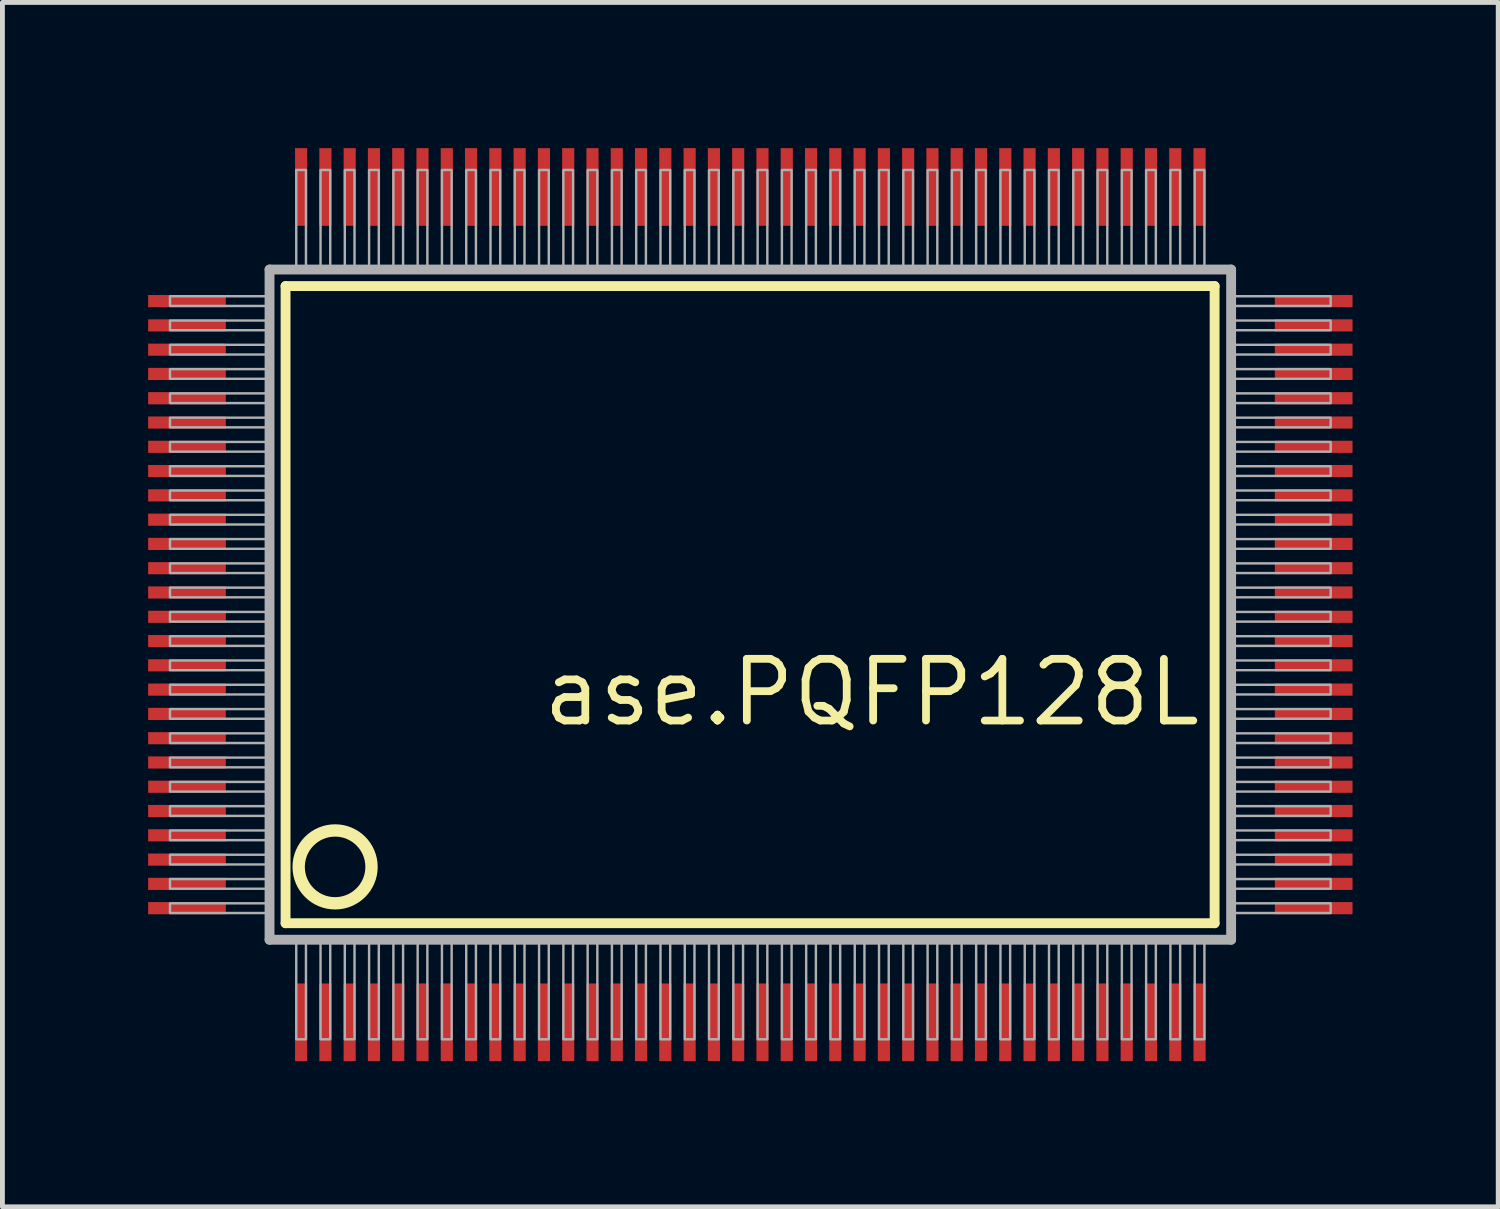
<source format=kicad_pcb>
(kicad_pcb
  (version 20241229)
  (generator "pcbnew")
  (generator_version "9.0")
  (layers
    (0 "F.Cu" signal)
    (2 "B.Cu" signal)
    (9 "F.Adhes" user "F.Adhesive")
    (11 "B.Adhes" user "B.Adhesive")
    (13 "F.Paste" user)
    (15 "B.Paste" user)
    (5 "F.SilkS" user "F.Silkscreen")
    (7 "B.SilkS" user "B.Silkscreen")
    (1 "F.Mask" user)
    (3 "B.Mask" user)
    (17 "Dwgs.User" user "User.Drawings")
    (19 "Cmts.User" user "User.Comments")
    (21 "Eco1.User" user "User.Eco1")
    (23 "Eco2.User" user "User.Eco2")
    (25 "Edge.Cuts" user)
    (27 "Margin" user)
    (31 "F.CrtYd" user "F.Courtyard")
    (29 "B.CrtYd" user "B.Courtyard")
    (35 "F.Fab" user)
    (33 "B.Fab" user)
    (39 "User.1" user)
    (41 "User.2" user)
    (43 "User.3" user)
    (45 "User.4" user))
  (footprint "ase.PQFP128L"
    (layer "F.Cu")
    (at 12.4 9.4)
    (property "Reference" "ase.PQFP128L" (at -4.35 2.55 0) (layer "F.SilkS") (effects (font (size 1.27 1.27) (thickness 0.16)) (justify left bottom)))
    (attr smd)
    (fp_line (start -9.57 -6.56) (end 9.56 -6.56) (stroke (width 0.203) (type default)) (layer "F.SilkS"))
    (fp_line (start -9.57 6.56) (end -9.57 -6.56) (stroke (width 0.203) (type default)) (layer "F.SilkS"))
    (fp_line (start 9.56 -6.56) (end 9.56 6.56) (stroke (width 0.203) (type default)) (layer "F.SilkS"))
    (fp_line (start 9.56 6.56) (end -9.57 6.56) (stroke (width 0.203) (type default)) (layer "F.SilkS"))
    (fp_circle (center -8.55 5.4) (end -7.8 5.4) (stroke (width 0.254) (type default)) (fill no) (layer "F.SilkS"))
    (fp_line (start -9.9 -6.9) (end -9.9 6.9) (stroke (width 0.203) (type default)) (layer "F.Fab"))
    (fp_line (start -9.9 6.9) (end 9.9 6.9) (stroke (width 0.203) (type default)) (layer "F.Fab"))
    (fp_line (start 9.9 -6.9) (end -9.9 -6.9) (stroke (width 0.203) (type default)) (layer "F.Fab"))
    (fp_line (start 9.9 6.9) (end 9.9 -6.9) (stroke (width 0.203) (type default)) (layer "F.Fab"))
    (fp_rect (start -11.95 -6.15) (end -9.95 -6.35) (stroke (width 0.05) (type default)) (fill no) (layer "F.Fab"))
    (fp_rect (start -11.95 -5.65) (end -9.95 -5.85) (stroke (width 0.05) (type default)) (fill no) (layer "F.Fab"))
    (fp_rect (start -11.95 -5.15) (end -9.95 -5.35) (stroke (width 0.05) (type default)) (fill no) (layer "F.Fab"))
    (fp_rect (start -11.95 -4.65) (end -9.95 -4.85) (stroke (width 0.05) (type default)) (fill no) (layer "F.Fab"))
    (fp_rect (start -11.95 -4.15) (end -9.95 -4.35) (stroke (width 0.05) (type default)) (fill no) (layer "F.Fab"))
    (fp_rect (start -11.95 -3.65) (end -9.95 -3.85) (stroke (width 0.05) (type default)) (fill no) (layer "F.Fab"))
    (fp_rect (start -11.95 -3.15) (end -9.95 -3.35) (stroke (width 0.05) (type default)) (fill no) (layer "F.Fab"))
    (fp_rect (start -11.95 -2.65) (end -9.95 -2.85) (stroke (width 0.05) (type default)) (fill no) (layer "F.Fab"))
    (fp_rect (start -11.95 -2.15) (end -9.95 -2.35) (stroke (width 0.05) (type default)) (fill no) (layer "F.Fab"))
    (fp_rect (start -11.95 -1.65) (end -9.95 -1.85) (stroke (width 0.05) (type default)) (fill no) (layer "F.Fab"))
    (fp_rect (start -11.95 -1.15) (end -9.95 -1.35) (stroke (width 0.05) (type default)) (fill no) (layer "F.Fab"))
    (fp_rect (start -11.95 -0.65) (end -9.95 -0.85) (stroke (width 0.05) (type default)) (fill no) (layer "F.Fab"))
    (fp_rect (start -11.95 -0.15) (end -9.95 -0.35) (stroke (width 0.05) (type default)) (fill no) (layer "F.Fab"))
    (fp_rect (start -11.95 0.35) (end -9.95 0.15) (stroke (width 0.05) (type default)) (fill no) (layer "F.Fab"))
    (fp_rect (start -11.95 0.85) (end -9.95 0.65) (stroke (width 0.05) (type default)) (fill no) (layer "F.Fab"))
    (fp_rect (start -11.95 1.35) (end -9.95 1.15) (stroke (width 0.05) (type default)) (fill no) (layer "F.Fab"))
    (fp_rect (start -11.95 1.85) (end -9.95 1.65) (stroke (width 0.05) (type default)) (fill no) (layer "F.Fab"))
    (fp_rect (start -11.95 2.35) (end -9.95 2.15) (stroke (width 0.05) (type default)) (fill no) (layer "F.Fab"))
    (fp_rect (start -11.95 2.85) (end -9.95 2.65) (stroke (width 0.05) (type default)) (fill no) (layer "F.Fab"))
    (fp_rect (start -11.95 3.35) (end -9.95 3.15) (stroke (width 0.05) (type default)) (fill no) (layer "F.Fab"))
    (fp_rect (start -11.95 3.85) (end -9.95 3.65) (stroke (width 0.05) (type default)) (fill no) (layer "F.Fab"))
    (fp_rect (start -11.95 4.35) (end -9.95 4.15) (stroke (width 0.05) (type default)) (fill no) (layer "F.Fab"))
    (fp_rect (start -11.95 4.85) (end -9.95 4.65) (stroke (width 0.05) (type default)) (fill no) (layer "F.Fab"))
    (fp_rect (start -11.95 5.35) (end -9.95 5.15) (stroke (width 0.05) (type default)) (fill no) (layer "F.Fab"))
    (fp_rect (start -11.95 5.85) (end -9.95 5.65) (stroke (width 0.05) (type default)) (fill no) (layer "F.Fab"))
    (fp_rect (start -11.95 6.35) (end -9.95 6.15) (stroke (width 0.05) (type default)) (fill no) (layer "F.Fab"))
    (fp_rect (start -9.35 -6.95) (end -9.15 -8.95) (stroke (width 0.05) (type default)) (fill no) (layer "F.Fab"))
    (fp_rect (start -9.35 8.95) (end -9.15 6.95) (stroke (width 0.05) (type default)) (fill no) (layer "F.Fab"))
    (fp_rect (start -8.85 -6.95) (end -8.65 -8.95) (stroke (width 0.05) (type default)) (fill no) (layer "F.Fab"))
    (fp_rect (start -8.85 8.95) (end -8.65 6.95) (stroke (width 0.05) (type default)) (fill no) (layer "F.Fab"))
    (fp_rect (start -8.35 -6.95) (end -8.15 -8.95) (stroke (width 0.05) (type default)) (fill no) (layer "F.Fab"))
    (fp_rect (start -8.35 8.95) (end -8.15 6.95) (stroke (width 0.05) (type default)) (fill no) (layer "F.Fab"))
    (fp_rect (start -7.85 -6.95) (end -7.65 -8.95) (stroke (width 0.05) (type default)) (fill no) (layer "F.Fab"))
    (fp_rect (start -7.85 8.95) (end -7.65 6.95) (stroke (width 0.05) (type default)) (fill no) (layer "F.Fab"))
    (fp_rect (start -7.35 -6.95) (end -7.15 -8.95) (stroke (width 0.05) (type default)) (fill no) (layer "F.Fab"))
    (fp_rect (start -7.35 8.95) (end -7.15 6.95) (stroke (width 0.05) (type default)) (fill no) (layer "F.Fab"))
    (fp_rect (start -6.85 -6.95) (end -6.65 -8.95) (stroke (width 0.05) (type default)) (fill no) (layer "F.Fab"))
    (fp_rect (start -6.85 8.95) (end -6.65 6.95) (stroke (width 0.05) (type default)) (fill no) (layer "F.Fab"))
    (fp_rect (start -6.35 -6.95) (end -6.15 -8.95) (stroke (width 0.05) (type default)) (fill no) (layer "F.Fab"))
    (fp_rect (start -6.35 8.95) (end -6.15 6.95) (stroke (width 0.05) (type default)) (fill no) (layer "F.Fab"))
    (fp_rect (start -5.85 -6.95) (end -5.65 -8.95) (stroke (width 0.05) (type default)) (fill no) (layer "F.Fab"))
    (fp_rect (start -5.85 8.95) (end -5.65 6.95) (stroke (width 0.05) (type default)) (fill no) (layer "F.Fab"))
    (fp_rect (start -5.35 -6.95) (end -5.15 -8.95) (stroke (width 0.05) (type default)) (fill no) (layer "F.Fab"))
    (fp_rect (start -5.35 8.95) (end -5.15 6.95) (stroke (width 0.05) (type default)) (fill no) (layer "F.Fab"))
    (fp_rect (start -4.85 -6.95) (end -4.65 -8.95) (stroke (width 0.05) (type default)) (fill no) (layer "F.Fab"))
    (fp_rect (start -4.85 8.95) (end -4.65 6.95) (stroke (width 0.05) (type default)) (fill no) (layer "F.Fab"))
    (fp_rect (start -4.35 -6.95) (end -4.15 -8.95) (stroke (width 0.05) (type default)) (fill no) (layer "F.Fab"))
    (fp_rect (start -4.35 8.95) (end -4.15 6.95) (stroke (width 0.05) (type default)) (fill no) (layer "F.Fab"))
    (fp_rect (start -3.85 -6.95) (end -3.65 -8.95) (stroke (width 0.05) (type default)) (fill no) (layer "F.Fab"))
    (fp_rect (start -3.85 8.95) (end -3.65 6.95) (stroke (width 0.05) (type default)) (fill no) (layer "F.Fab"))
    (fp_rect (start -3.35 -6.95) (end -3.15 -8.95) (stroke (width 0.05) (type default)) (fill no) (layer "F.Fab"))
    (fp_rect (start -3.35 8.95) (end -3.15 6.95) (stroke (width 0.05) (type default)) (fill no) (layer "F.Fab"))
    (fp_rect (start -2.85 -6.95) (end -2.65 -8.95) (stroke (width 0.05) (type default)) (fill no) (layer "F.Fab"))
    (fp_rect (start -2.85 8.95) (end -2.65 6.95) (stroke (width 0.05) (type default)) (fill no) (layer "F.Fab"))
    (fp_rect (start -2.35 -6.95) (end -2.15 -8.95) (stroke (width 0.05) (type default)) (fill no) (layer "F.Fab"))
    (fp_rect (start -2.35 8.95) (end -2.15 6.95) (stroke (width 0.05) (type default)) (fill no) (layer "F.Fab"))
    (fp_rect (start -1.85 -6.95) (end -1.65 -8.95) (stroke (width 0.05) (type default)) (fill no) (layer "F.Fab"))
    (fp_rect (start -1.85 8.95) (end -1.65 6.95) (stroke (width 0.05) (type default)) (fill no) (layer "F.Fab"))
    (fp_rect (start -1.35 -6.95) (end -1.15 -8.95) (stroke (width 0.05) (type default)) (fill no) (layer "F.Fab"))
    (fp_rect (start -1.35 8.95) (end -1.15 6.95) (stroke (width 0.05) (type default)) (fill no) (layer "F.Fab"))
    (fp_rect (start -0.85 -6.95) (end -0.65 -8.95) (stroke (width 0.05) (type default)) (fill no) (layer "F.Fab"))
    (fp_rect (start -0.85 8.95) (end -0.65 6.95) (stroke (width 0.05) (type default)) (fill no) (layer "F.Fab"))
    (fp_rect (start -0.35 -6.95) (end -0.15 -8.95) (stroke (width 0.05) (type default)) (fill no) (layer "F.Fab"))
    (fp_rect (start -0.35 8.95) (end -0.15 6.95) (stroke (width 0.05) (type default)) (fill no) (layer "F.Fab"))
    (fp_rect (start 0.15 -6.95) (end 0.35 -8.95) (stroke (width 0.05) (type default)) (fill no) (layer "F.Fab"))
    (fp_rect (start 0.15 8.95) (end 0.35 6.95) (stroke (width 0.05) (type default)) (fill no) (layer "F.Fab"))
    (fp_rect (start 0.65 -6.95) (end 0.85 -8.95) (stroke (width 0.05) (type default)) (fill no) (layer "F.Fab"))
    (fp_rect (start 0.65 8.95) (end 0.85 6.95) (stroke (width 0.05) (type default)) (fill no) (layer "F.Fab"))
    (fp_rect (start 1.15 -6.95) (end 1.35 -8.95) (stroke (width 0.05) (type default)) (fill no) (layer "F.Fab"))
    (fp_rect (start 1.15 8.95) (end 1.35 6.95) (stroke (width 0.05) (type default)) (fill no) (layer "F.Fab"))
    (fp_rect (start 1.65 -6.95) (end 1.85 -8.95) (stroke (width 0.05) (type default)) (fill no) (layer "F.Fab"))
    (fp_rect (start 1.65 8.95) (end 1.85 6.95) (stroke (width 0.05) (type default)) (fill no) (layer "F.Fab"))
    (fp_rect (start 2.15 -6.95) (end 2.35 -8.95) (stroke (width 0.05) (type default)) (fill no) (layer "F.Fab"))
    (fp_rect (start 2.15 8.95) (end 2.35 6.95) (stroke (width 0.05) (type default)) (fill no) (layer "F.Fab"))
    (fp_rect (start 2.65 -6.95) (end 2.85 -8.95) (stroke (width 0.05) (type default)) (fill no) (layer "F.Fab"))
    (fp_rect (start 2.65 8.95) (end 2.85 6.95) (stroke (width 0.05) (type default)) (fill no) (layer "F.Fab"))
    (fp_rect (start 3.15 -6.95) (end 3.35 -8.95) (stroke (width 0.05) (type default)) (fill no) (layer "F.Fab"))
    (fp_rect (start 3.15 8.95) (end 3.35 6.95) (stroke (width 0.05) (type default)) (fill no) (layer "F.Fab"))
    (fp_rect (start 3.65 -6.95) (end 3.85 -8.95) (stroke (width 0.05) (type default)) (fill no) (layer "F.Fab"))
    (fp_rect (start 3.65 8.95) (end 3.85 6.95) (stroke (width 0.05) (type default)) (fill no) (layer "F.Fab"))
    (fp_rect (start 4.15 -6.95) (end 4.35 -8.95) (stroke (width 0.05) (type default)) (fill no) (layer "F.Fab"))
    (fp_rect (start 4.15 8.95) (end 4.35 6.95) (stroke (width 0.05) (type default)) (fill no) (layer "F.Fab"))
    (fp_rect (start 4.65 -6.95) (end 4.85 -8.95) (stroke (width 0.05) (type default)) (fill no) (layer "F.Fab"))
    (fp_rect (start 4.65 8.95) (end 4.85 6.95) (stroke (width 0.05) (type default)) (fill no) (layer "F.Fab"))
    (fp_rect (start 5.15 -6.95) (end 5.35 -8.95) (stroke (width 0.05) (type default)) (fill no) (layer "F.Fab"))
    (fp_rect (start 5.15 8.95) (end 5.35 6.95) (stroke (width 0.05) (type default)) (fill no) (layer "F.Fab"))
    (fp_rect (start 5.65 -6.95) (end 5.85 -8.95) (stroke (width 0.05) (type default)) (fill no) (layer "F.Fab"))
    (fp_rect (start 5.65 8.95) (end 5.85 6.95) (stroke (width 0.05) (type default)) (fill no) (layer "F.Fab"))
    (fp_rect (start 6.15 -6.95) (end 6.35 -8.95) (stroke (width 0.05) (type default)) (fill no) (layer "F.Fab"))
    (fp_rect (start 6.15 8.95) (end 6.35 6.95) (stroke (width 0.05) (type default)) (fill no) (layer "F.Fab"))
    (fp_rect (start 6.65 -6.95) (end 6.85 -8.95) (stroke (width 0.05) (type default)) (fill no) (layer "F.Fab"))
    (fp_rect (start 6.65 8.95) (end 6.85 6.95) (stroke (width 0.05) (type default)) (fill no) (layer "F.Fab"))
    (fp_rect (start 7.15 -6.95) (end 7.35 -8.95) (stroke (width 0.05) (type default)) (fill no) (layer "F.Fab"))
    (fp_rect (start 7.15 8.95) (end 7.35 6.95) (stroke (width 0.05) (type default)) (fill no) (layer "F.Fab"))
    (fp_rect (start 7.65 -6.95) (end 7.85 -8.95) (stroke (width 0.05) (type default)) (fill no) (layer "F.Fab"))
    (fp_rect (start 7.65 8.95) (end 7.85 6.95) (stroke (width 0.05) (type default)) (fill no) (layer "F.Fab"))
    (fp_rect (start 8.15 -6.95) (end 8.35 -8.95) (stroke (width 0.05) (type default)) (fill no) (layer "F.Fab"))
    (fp_rect (start 8.15 8.95) (end 8.35 6.95) (stroke (width 0.05) (type default)) (fill no) (layer "F.Fab"))
    (fp_rect (start 8.65 -6.95) (end 8.85 -8.95) (stroke (width 0.05) (type default)) (fill no) (layer "F.Fab"))
    (fp_rect (start 8.65 8.95) (end 8.85 6.95) (stroke (width 0.05) (type default)) (fill no) (layer "F.Fab"))
    (fp_rect (start 9.15 -6.95) (end 9.35 -8.95) (stroke (width 0.05) (type default)) (fill no) (layer "F.Fab"))
    (fp_rect (start 9.15 8.95) (end 9.35 6.95) (stroke (width 0.05) (type default)) (fill no) (layer "F.Fab"))
    (fp_rect (start 9.95 -6.15) (end 11.95 -6.35) (stroke (width 0.05) (type default)) (fill no) (layer "F.Fab"))
    (fp_rect (start 9.95 -5.65) (end 11.95 -5.85) (stroke (width 0.05) (type default)) (fill no) (layer "F.Fab"))
    (fp_rect (start 9.95 -5.15) (end 11.95 -5.35) (stroke (width 0.05) (type default)) (fill no) (layer "F.Fab"))
    (fp_rect (start 9.95 -4.65) (end 11.95 -4.85) (stroke (width 0.05) (type default)) (fill no) (layer "F.Fab"))
    (fp_rect (start 9.95 -4.15) (end 11.95 -4.35) (stroke (width 0.05) (type default)) (fill no) (layer "F.Fab"))
    (fp_rect (start 9.95 -3.65) (end 11.95 -3.85) (stroke (width 0.05) (type default)) (fill no) (layer "F.Fab"))
    (fp_rect (start 9.95 -3.15) (end 11.95 -3.35) (stroke (width 0.05) (type default)) (fill no) (layer "F.Fab"))
    (fp_rect (start 9.95 -2.65) (end 11.95 -2.85) (stroke (width 0.05) (type default)) (fill no) (layer "F.Fab"))
    (fp_rect (start 9.95 -2.15) (end 11.95 -2.35) (stroke (width 0.05) (type default)) (fill no) (layer "F.Fab"))
    (fp_rect (start 9.95 -1.65) (end 11.95 -1.85) (stroke (width 0.05) (type default)) (fill no) (layer "F.Fab"))
    (fp_rect (start 9.95 -1.15) (end 11.95 -1.35) (stroke (width 0.05) (type default)) (fill no) (layer "F.Fab"))
    (fp_rect (start 9.95 -0.65) (end 11.95 -0.85) (stroke (width 0.05) (type default)) (fill no) (layer "F.Fab"))
    (fp_rect (start 9.95 -0.15) (end 11.95 -0.35) (stroke (width 0.05) (type default)) (fill no) (layer "F.Fab"))
    (fp_rect (start 9.95 0.35) (end 11.95 0.15) (stroke (width 0.05) (type default)) (fill no) (layer "F.Fab"))
    (fp_rect (start 9.95 0.85) (end 11.95 0.65) (stroke (width 0.05) (type default)) (fill no) (layer "F.Fab"))
    (fp_rect (start 9.95 1.35) (end 11.95 1.15) (stroke (width 0.05) (type default)) (fill no) (layer "F.Fab"))
    (fp_rect (start 9.95 1.85) (end 11.95 1.65) (stroke (width 0.05) (type default)) (fill no) (layer "F.Fab"))
    (fp_rect (start 9.95 2.35) (end 11.95 2.15) (stroke (width 0.05) (type default)) (fill no) (layer "F.Fab"))
    (fp_rect (start 9.95 2.85) (end 11.95 2.65) (stroke (width 0.05) (type default)) (fill no) (layer "F.Fab"))
    (fp_rect (start 9.95 3.35) (end 11.95 3.15) (stroke (width 0.05) (type default)) (fill no) (layer "F.Fab"))
    (fp_rect (start 9.95 3.85) (end 11.95 3.65) (stroke (width 0.05) (type default)) (fill no) (layer "F.Fab"))
    (fp_rect (start 9.95 4.35) (end 11.95 4.15) (stroke (width 0.05) (type default)) (fill no) (layer "F.Fab"))
    (fp_rect (start 9.95 4.85) (end 11.95 4.65) (stroke (width 0.05) (type default)) (fill no) (layer "F.Fab"))
    (fp_rect (start 9.95 5.35) (end 11.95 5.15) (stroke (width 0.05) (type default)) (fill no) (layer "F.Fab"))
    (fp_rect (start 9.95 5.85) (end 11.95 5.65) (stroke (width 0.05) (type default)) (fill no) (layer "F.Fab"))
    (fp_rect (start 9.95 6.35) (end 11.95 6.15) (stroke (width 0.05) (type default)) (fill no) (layer "F.Fab"))
    (pad "1" smd roundrect (at -9.25 8.6) (size 0.25 1.6) (layers "F.Cu" "F.Mask" "F.Paste") (roundrect_rratio 0.01))
    (pad "2" smd roundrect (at -8.75 8.6) (size 0.25 1.6) (layers "F.Cu" "F.Mask" "F.Paste") (roundrect_rratio 0.01))
    (pad "3" smd roundrect (at -8.25 8.6) (size 0.25 1.6) (layers "F.Cu" "F.Mask" "F.Paste") (roundrect_rratio 0.01))
    (pad "4" smd roundrect (at -7.75 8.6) (size 0.25 1.6) (layers "F.Cu" "F.Mask" "F.Paste") (roundrect_rratio 0.01))
    (pad "5" smd roundrect (at -7.25 8.6) (size 0.25 1.6) (layers "F.Cu" "F.Mask" "F.Paste") (roundrect_rratio 0.01))
    (pad "6" smd roundrect (at -6.75 8.6) (size 0.25 1.6) (layers "F.Cu" "F.Mask" "F.Paste") (roundrect_rratio 0.01))
    (pad "7" smd roundrect (at -6.25 8.6) (size 0.25 1.6) (layers "F.Cu" "F.Mask" "F.Paste") (roundrect_rratio 0.01))
    (pad "8" smd roundrect (at -5.75 8.6) (size 0.25 1.6) (layers "F.Cu" "F.Mask" "F.Paste") (roundrect_rratio 0.01))
    (pad "9" smd roundrect (at -5.25 8.6) (size 0.25 1.6) (layers "F.Cu" "F.Mask" "F.Paste") (roundrect_rratio 0.01))
    (pad "10" smd roundrect (at -4.75 8.6) (size 0.25 1.6) (layers "F.Cu" "F.Mask" "F.Paste") (roundrect_rratio 0.01))
    (pad "11" smd roundrect (at -4.25 8.6) (size 0.25 1.6) (layers "F.Cu" "F.Mask" "F.Paste") (roundrect_rratio 0.01))
    (pad "12" smd roundrect (at -3.75 8.6) (size 0.25 1.6) (layers "F.Cu" "F.Mask" "F.Paste") (roundrect_rratio 0.01))
    (pad "13" smd roundrect (at -3.25 8.6) (size 0.25 1.6) (layers "F.Cu" "F.Mask" "F.Paste") (roundrect_rratio 0.01))
    (pad "14" smd roundrect (at -2.75 8.6) (size 0.25 1.6) (layers "F.Cu" "F.Mask" "F.Paste") (roundrect_rratio 0.01))
    (pad "15" smd roundrect (at -2.25 8.6) (size 0.25 1.6) (layers "F.Cu" "F.Mask" "F.Paste") (roundrect_rratio 0.01))
    (pad "16" smd roundrect (at -1.75 8.6) (size 0.25 1.6) (layers "F.Cu" "F.Mask" "F.Paste") (roundrect_rratio 0.01))
    (pad "17" smd roundrect (at -1.25 8.6) (size 0.25 1.6) (layers "F.Cu" "F.Mask" "F.Paste") (roundrect_rratio 0.01))
    (pad "18" smd roundrect (at -0.75 8.6) (size 0.25 1.6) (layers "F.Cu" "F.Mask" "F.Paste") (roundrect_rratio 0.01))
    (pad "19" smd roundrect (at -0.25 8.6) (size 0.25 1.6) (layers "F.Cu" "F.Mask" "F.Paste") (roundrect_rratio 0.01))
    (pad "20" smd roundrect (at 0.25 8.6) (size 0.25 1.6) (layers "F.Cu" "F.Mask" "F.Paste") (roundrect_rratio 0.01))
    (pad "21" smd roundrect (at 0.75 8.6) (size 0.25 1.6) (layers "F.Cu" "F.Mask" "F.Paste") (roundrect_rratio 0.01))
    (pad "22" smd roundrect (at 1.25 8.6) (size 0.25 1.6) (layers "F.Cu" "F.Mask" "F.Paste") (roundrect_rratio 0.01))
    (pad "23" smd roundrect (at 1.75 8.6) (size 0.25 1.6) (layers "F.Cu" "F.Mask" "F.Paste") (roundrect_rratio 0.01))
    (pad "24" smd roundrect (at 2.25 8.6) (size 0.25 1.6) (layers "F.Cu" "F.Mask" "F.Paste") (roundrect_rratio 0.01))
    (pad "25" smd roundrect (at 2.75 8.6) (size 0.25 1.6) (layers "F.Cu" "F.Mask" "F.Paste") (roundrect_rratio 0.01))
    (pad "26" smd roundrect (at 3.25 8.6) (size 0.25 1.6) (layers "F.Cu" "F.Mask" "F.Paste") (roundrect_rratio 0.01))
    (pad "27" smd roundrect (at 3.75 8.6) (size 0.25 1.6) (layers "F.Cu" "F.Mask" "F.Paste") (roundrect_rratio 0.01))
    (pad "28" smd roundrect (at 4.25 8.6) (size 0.25 1.6) (layers "F.Cu" "F.Mask" "F.Paste") (roundrect_rratio 0.01))
    (pad "29" smd roundrect (at 4.75 8.6) (size 0.25 1.6) (layers "F.Cu" "F.Mask" "F.Paste") (roundrect_rratio 0.01))
    (pad "30" smd roundrect (at 5.25 8.6) (size 0.25 1.6) (layers "F.Cu" "F.Mask" "F.Paste") (roundrect_rratio 0.01))
    (pad "31" smd roundrect (at 5.75 8.6) (size 0.25 1.6) (layers "F.Cu" "F.Mask" "F.Paste") (roundrect_rratio 0.01))
    (pad "32" smd roundrect (at 6.25 8.6) (size 0.25 1.6) (layers "F.Cu" "F.Mask" "F.Paste") (roundrect_rratio 0.01))
    (pad "33" smd roundrect (at 6.75 8.6) (size 0.25 1.6) (layers "F.Cu" "F.Mask" "F.Paste") (roundrect_rratio 0.01))
    (pad "34" smd roundrect (at 7.25 8.6) (size 0.25 1.6) (layers "F.Cu" "F.Mask" "F.Paste") (roundrect_rratio 0.01))
    (pad "35" smd roundrect (at 7.75 8.6) (size 0.25 1.6) (layers "F.Cu" "F.Mask" "F.Paste") (roundrect_rratio 0.01))
    (pad "36" smd roundrect (at 8.25 8.6) (size 0.25 1.6) (layers "F.Cu" "F.Mask" "F.Paste") (roundrect_rratio 0.01))
    (pad "37" smd roundrect (at 8.75 8.6) (size 0.25 1.6) (layers "F.Cu" "F.Mask" "F.Paste") (roundrect_rratio 0.01))
    (pad "38" smd roundrect (at 9.25 8.6) (size 0.25 1.6) (layers "F.Cu" "F.Mask" "F.Paste") (roundrect_rratio 0.01))
    (pad "39" smd roundrect (at 11.6 6.25) (size 1.6 0.25) (layers "F.Cu" "F.Mask" "F.Paste") (roundrect_rratio 0.01))
    (pad "40" smd roundrect (at 11.6 5.75) (size 1.6 0.25) (layers "F.Cu" "F.Mask" "F.Paste") (roundrect_rratio 0.01))
    (pad "41" smd roundrect (at 11.6 5.25) (size 1.6 0.25) (layers "F.Cu" "F.Mask" "F.Paste") (roundrect_rratio 0.01))
    (pad "42" smd roundrect (at 11.6 4.75) (size 1.6 0.25) (layers "F.Cu" "F.Mask" "F.Paste") (roundrect_rratio 0.01))
    (pad "43" smd roundrect (at 11.6 4.25) (size 1.6 0.25) (layers "F.Cu" "F.Mask" "F.Paste") (roundrect_rratio 0.01))
    (pad "44" smd roundrect (at 11.6 3.75) (size 1.6 0.25) (layers "F.Cu" "F.Mask" "F.Paste") (roundrect_rratio 0.01))
    (pad "45" smd roundrect (at 11.6 3.25) (size 1.6 0.25) (layers "F.Cu" "F.Mask" "F.Paste") (roundrect_rratio 0.01))
    (pad "46" smd roundrect (at 11.6 2.75) (size 1.6 0.25) (layers "F.Cu" "F.Mask" "F.Paste") (roundrect_rratio 0.01))
    (pad "47" smd roundrect (at 11.6 2.25) (size 1.6 0.25) (layers "F.Cu" "F.Mask" "F.Paste") (roundrect_rratio 0.01))
    (pad "48" smd roundrect (at 11.6 1.75) (size 1.6 0.25) (layers "F.Cu" "F.Mask" "F.Paste") (roundrect_rratio 0.01))
    (pad "49" smd roundrect (at 11.6 1.25) (size 1.6 0.25) (layers "F.Cu" "F.Mask" "F.Paste") (roundrect_rratio 0.01))
    (pad "50" smd roundrect (at 11.6 0.75) (size 1.6 0.25) (layers "F.Cu" "F.Mask" "F.Paste") (roundrect_rratio 0.01))
    (pad "51" smd roundrect (at 11.6 0.25) (size 1.6 0.25) (layers "F.Cu" "F.Mask" "F.Paste") (roundrect_rratio 0.01))
    (pad "52" smd roundrect (at 11.6 -0.25) (size 1.6 0.25) (layers "F.Cu" "F.Mask" "F.Paste") (roundrect_rratio 0.01))
    (pad "53" smd roundrect (at 11.6 -0.75) (size 1.6 0.25) (layers "F.Cu" "F.Mask" "F.Paste") (roundrect_rratio 0.01))
    (pad "54" smd roundrect (at 11.6 -1.25) (size 1.6 0.25) (layers "F.Cu" "F.Mask" "F.Paste") (roundrect_rratio 0.01))
    (pad "55" smd roundrect (at 11.6 -1.75) (size 1.6 0.25) (layers "F.Cu" "F.Mask" "F.Paste") (roundrect_rratio 0.01))
    (pad "56" smd roundrect (at 11.6 -2.25) (size 1.6 0.25) (layers "F.Cu" "F.Mask" "F.Paste") (roundrect_rratio 0.01))
    (pad "57" smd roundrect (at 11.6 -2.75) (size 1.6 0.25) (layers "F.Cu" "F.Mask" "F.Paste") (roundrect_rratio 0.01))
    (pad "58" smd roundrect (at 11.6 -3.25) (size 1.6 0.25) (layers "F.Cu" "F.Mask" "F.Paste") (roundrect_rratio 0.01))
    (pad "59" smd roundrect (at 11.6 -3.75) (size 1.6 0.25) (layers "F.Cu" "F.Mask" "F.Paste") (roundrect_rratio 0.01))
    (pad "60" smd roundrect (at 11.6 -4.25) (size 1.6 0.25) (layers "F.Cu" "F.Mask" "F.Paste") (roundrect_rratio 0.01))
    (pad "61" smd roundrect (at 11.6 -4.75) (size 1.6 0.25) (layers "F.Cu" "F.Mask" "F.Paste") (roundrect_rratio 0.01))
    (pad "62" smd roundrect (at 11.6 -5.25) (size 1.6 0.25) (layers "F.Cu" "F.Mask" "F.Paste") (roundrect_rratio 0.01))
    (pad "63" smd roundrect (at 11.6 -5.75) (size 1.6 0.25) (layers "F.Cu" "F.Mask" "F.Paste") (roundrect_rratio 0.01))
    (pad "64" smd roundrect (at 11.6 -6.25) (size 1.6 0.25) (layers "F.Cu" "F.Mask" "F.Paste") (roundrect_rratio 0.01))
    (pad "65" smd roundrect (at 9.25 -8.6) (size 0.25 1.6) (layers "F.Cu" "F.Mask" "F.Paste") (roundrect_rratio 0.01))
    (pad "66" smd roundrect (at 8.75 -8.6) (size 0.25 1.6) (layers "F.Cu" "F.Mask" "F.Paste") (roundrect_rratio 0.01))
    (pad "67" smd roundrect (at 8.25 -8.6) (size 0.25 1.6) (layers "F.Cu" "F.Mask" "F.Paste") (roundrect_rratio 0.01))
    (pad "68" smd roundrect (at 7.75 -8.6) (size 0.25 1.6) (layers "F.Cu" "F.Mask" "F.Paste") (roundrect_rratio 0.01))
    (pad "69" smd roundrect (at 7.25 -8.6) (size 0.25 1.6) (layers "F.Cu" "F.Mask" "F.Paste") (roundrect_rratio 0.01))
    (pad "70" smd roundrect (at 6.75 -8.6) (size 0.25 1.6) (layers "F.Cu" "F.Mask" "F.Paste") (roundrect_rratio 0.01))
    (pad "71" smd roundrect (at 6.25 -8.6) (size 0.25 1.6) (layers "F.Cu" "F.Mask" "F.Paste") (roundrect_rratio 0.01))
    (pad "72" smd roundrect (at 5.75 -8.6) (size 0.25 1.6) (layers "F.Cu" "F.Mask" "F.Paste") (roundrect_rratio 0.01))
    (pad "73" smd roundrect (at 5.25 -8.6) (size 0.25 1.6) (layers "F.Cu" "F.Mask" "F.Paste") (roundrect_rratio 0.01))
    (pad "74" smd roundrect (at 4.75 -8.6) (size 0.25 1.6) (layers "F.Cu" "F.Mask" "F.Paste") (roundrect_rratio 0.01))
    (pad "75" smd roundrect (at 4.25 -8.6) (size 0.25 1.6) (layers "F.Cu" "F.Mask" "F.Paste") (roundrect_rratio 0.01))
    (pad "76" smd roundrect (at 3.75 -8.6) (size 0.25 1.6) (layers "F.Cu" "F.Mask" "F.Paste") (roundrect_rratio 0.01))
    (pad "77" smd roundrect (at 3.25 -8.6) (size 0.25 1.6) (layers "F.Cu" "F.Mask" "F.Paste") (roundrect_rratio 0.01))
    (pad "78" smd roundrect (at 2.75 -8.6) (size 0.25 1.6) (layers "F.Cu" "F.Mask" "F.Paste") (roundrect_rratio 0.01))
    (pad "79" smd roundrect (at 2.25 -8.6) (size 0.25 1.6) (layers "F.Cu" "F.Mask" "F.Paste") (roundrect_rratio 0.01))
    (pad "80" smd roundrect (at 1.75 -8.6) (size 0.25 1.6) (layers "F.Cu" "F.Mask" "F.Paste") (roundrect_rratio 0.01))
    (pad "81" smd roundrect (at 1.25 -8.6) (size 0.25 1.6) (layers "F.Cu" "F.Mask" "F.Paste") (roundrect_rratio 0.01))
    (pad "82" smd roundrect (at 0.75 -8.6) (size 0.25 1.6) (layers "F.Cu" "F.Mask" "F.Paste") (roundrect_rratio 0.01))
    (pad "83" smd roundrect (at 0.25 -8.6) (size 0.25 1.6) (layers "F.Cu" "F.Mask" "F.Paste") (roundrect_rratio 0.01))
    (pad "84" smd roundrect (at -0.25 -8.6) (size 0.25 1.6) (layers "F.Cu" "F.Mask" "F.Paste") (roundrect_rratio 0.01))
    (pad "85" smd roundrect (at -0.75 -8.6) (size 0.25 1.6) (layers "F.Cu" "F.Mask" "F.Paste") (roundrect_rratio 0.01))
    (pad "86" smd roundrect (at -1.25 -8.6) (size 0.25 1.6) (layers "F.Cu" "F.Mask" "F.Paste") (roundrect_rratio 0.01))
    (pad "87" smd roundrect (at -1.75 -8.6) (size 0.25 1.6) (layers "F.Cu" "F.Mask" "F.Paste") (roundrect_rratio 0.01))
    (pad "88" smd roundrect (at -2.25 -8.6) (size 0.25 1.6) (layers "F.Cu" "F.Mask" "F.Paste") (roundrect_rratio 0.01))
    (pad "89" smd roundrect (at -2.75 -8.6) (size 0.25 1.6) (layers "F.Cu" "F.Mask" "F.Paste") (roundrect_rratio 0.01))
    (pad "90" smd roundrect (at -3.25 -8.6) (size 0.25 1.6) (layers "F.Cu" "F.Mask" "F.Paste") (roundrect_rratio 0.01))
    (pad "91" smd roundrect (at -3.75 -8.6) (size 0.25 1.6) (layers "F.Cu" "F.Mask" "F.Paste") (roundrect_rratio 0.01))
    (pad "92" smd roundrect (at -4.25 -8.6) (size 0.25 1.6) (layers "F.Cu" "F.Mask" "F.Paste") (roundrect_rratio 0.01))
    (pad "93" smd roundrect (at -4.75 -8.6) (size 0.25 1.6) (layers "F.Cu" "F.Mask" "F.Paste") (roundrect_rratio 0.01))
    (pad "94" smd roundrect (at -5.25 -8.6) (size 0.25 1.6) (layers "F.Cu" "F.Mask" "F.Paste") (roundrect_rratio 0.01))
    (pad "95" smd roundrect (at -5.75 -8.6) (size 0.25 1.6) (layers "F.Cu" "F.Mask" "F.Paste") (roundrect_rratio 0.01))
    (pad "96" smd roundrect (at -6.25 -8.6) (size 0.25 1.6) (layers "F.Cu" "F.Mask" "F.Paste") (roundrect_rratio 0.01))
    (pad "97" smd roundrect (at -6.75 -8.6) (size 0.25 1.6) (layers "F.Cu" "F.Mask" "F.Paste") (roundrect_rratio 0.01))
    (pad "98" smd roundrect (at -7.25 -8.6) (size 0.25 1.6) (layers "F.Cu" "F.Mask" "F.Paste") (roundrect_rratio 0.01))
    (pad "99" smd roundrect (at -7.75 -8.6) (size 0.25 1.6) (layers "F.Cu" "F.Mask" "F.Paste") (roundrect_rratio 0.01))
    (pad "100" smd roundrect (at -8.25 -8.6) (size 0.25 1.6) (layers "F.Cu" "F.Mask" "F.Paste") (roundrect_rratio 0.01))
    (pad "101" smd roundrect (at -8.75 -8.6) (size 0.25 1.6) (layers "F.Cu" "F.Mask" "F.Paste") (roundrect_rratio 0.01))
    (pad "102" smd roundrect (at -9.25 -8.6) (size 0.25 1.6) (layers "F.Cu" "F.Mask" "F.Paste") (roundrect_rratio 0.01))
    (pad "103" smd roundrect (at -11.6 -6.25) (size 1.6 0.25) (layers "F.Cu" "F.Mask" "F.Paste") (roundrect_rratio 0.01))
    (pad "104" smd roundrect (at -11.6 -5.75) (size 1.6 0.25) (layers "F.Cu" "F.Mask" "F.Paste") (roundrect_rratio 0.01))
    (pad "105" smd roundrect (at -11.6 -5.25) (size 1.6 0.25) (layers "F.Cu" "F.Mask" "F.Paste") (roundrect_rratio 0.01))
    (pad "106" smd roundrect (at -11.6 -4.75) (size 1.6 0.25) (layers "F.Cu" "F.Mask" "F.Paste") (roundrect_rratio 0.01))
    (pad "107" smd roundrect (at -11.6 -4.25) (size 1.6 0.25) (layers "F.Cu" "F.Mask" "F.Paste") (roundrect_rratio 0.01))
    (pad "108" smd roundrect (at -11.6 -3.75) (size 1.6 0.25) (layers "F.Cu" "F.Mask" "F.Paste") (roundrect_rratio 0.01))
    (pad "109" smd roundrect (at -11.6 -3.25) (size 1.6 0.25) (layers "F.Cu" "F.Mask" "F.Paste") (roundrect_rratio 0.01))
    (pad "110" smd roundrect (at -11.6 -2.75) (size 1.6 0.25) (layers "F.Cu" "F.Mask" "F.Paste") (roundrect_rratio 0.01))
    (pad "111" smd roundrect (at -11.6 -2.25) (size 1.6 0.25) (layers "F.Cu" "F.Mask" "F.Paste") (roundrect_rratio 0.01))
    (pad "112" smd roundrect (at -11.6 -1.75) (size 1.6 0.25) (layers "F.Cu" "F.Mask" "F.Paste") (roundrect_rratio 0.01))
    (pad "113" smd roundrect (at -11.6 -1.25) (size 1.6 0.25) (layers "F.Cu" "F.Mask" "F.Paste") (roundrect_rratio 0.01))
    (pad "114" smd roundrect (at -11.6 -0.75) (size 1.6 0.25) (layers "F.Cu" "F.Mask" "F.Paste") (roundrect_rratio 0.01))
    (pad "115" smd roundrect (at -11.6 -0.25) (size 1.6 0.25) (layers "F.Cu" "F.Mask" "F.Paste") (roundrect_rratio 0.01))
    (pad "116" smd roundrect (at -11.6 0.25) (size 1.6 0.25) (layers "F.Cu" "F.Mask" "F.Paste") (roundrect_rratio 0.01))
    (pad "117" smd roundrect (at -11.6 0.75) (size 1.6 0.25) (layers "F.Cu" "F.Mask" "F.Paste") (roundrect_rratio 0.01))
    (pad "118" smd roundrect (at -11.6 1.25) (size 1.6 0.25) (layers "F.Cu" "F.Mask" "F.Paste") (roundrect_rratio 0.01))
    (pad "119" smd roundrect (at -11.6 1.75) (size 1.6 0.25) (layers "F.Cu" "F.Mask" "F.Paste") (roundrect_rratio 0.01))
    (pad "120" smd roundrect (at -11.6 2.25) (size 1.6 0.25) (layers "F.Cu" "F.Mask" "F.Paste") (roundrect_rratio 0.01))
    (pad "121" smd roundrect (at -11.6 2.75) (size 1.6 0.25) (layers "F.Cu" "F.Mask" "F.Paste") (roundrect_rratio 0.01))
    (pad "122" smd roundrect (at -11.6 3.25) (size 1.6 0.25) (layers "F.Cu" "F.Mask" "F.Paste") (roundrect_rratio 0.01))
    (pad "123" smd roundrect (at -11.6 3.75) (size 1.6 0.25) (layers "F.Cu" "F.Mask" "F.Paste") (roundrect_rratio 0.01))
    (pad "124" smd roundrect (at -11.6 4.25) (size 1.6 0.25) (layers "F.Cu" "F.Mask" "F.Paste") (roundrect_rratio 0.01))
    (pad "125" smd roundrect (at -11.6 4.75) (size 1.6 0.25) (layers "F.Cu" "F.Mask" "F.Paste") (roundrect_rratio 0.01))
    (pad "126" smd roundrect (at -11.6 5.25) (size 1.6 0.25) (layers "F.Cu" "F.Mask" "F.Paste") (roundrect_rratio 0.01))
    (pad "127" smd roundrect (at -11.6 5.75) (size 1.6 0.25) (layers "F.Cu" "F.Mask" "F.Paste") (roundrect_rratio 0.01))
    (pad "128" smd roundrect (at -11.6 6.25) (size 1.6 0.25) (layers "F.Cu" "F.Mask" "F.Paste") (roundrect_rratio 0.01)))
  (gr_rect
    (start -3 -3)
    (end 27.8 21.8)
    (stroke (width 0.1) (type default))
    (fill no)
    (layer "Edge.Cuts")))
</source>
